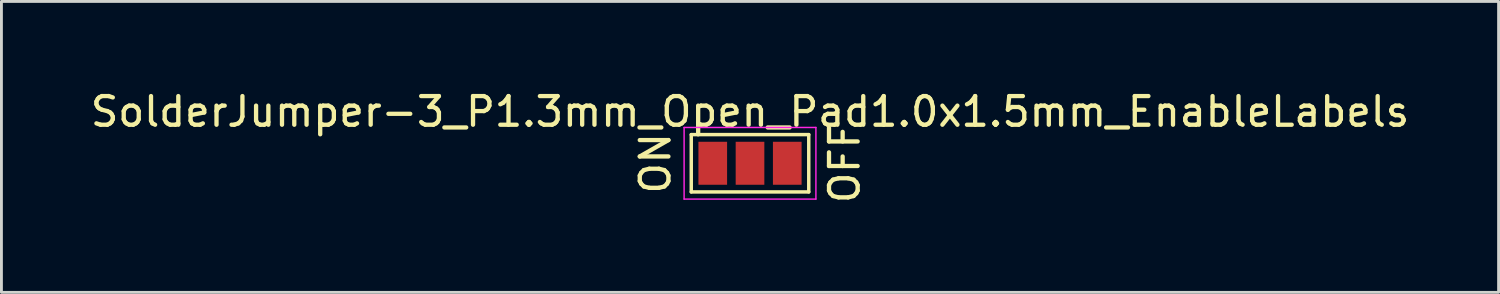
<source format=kicad_pcb>
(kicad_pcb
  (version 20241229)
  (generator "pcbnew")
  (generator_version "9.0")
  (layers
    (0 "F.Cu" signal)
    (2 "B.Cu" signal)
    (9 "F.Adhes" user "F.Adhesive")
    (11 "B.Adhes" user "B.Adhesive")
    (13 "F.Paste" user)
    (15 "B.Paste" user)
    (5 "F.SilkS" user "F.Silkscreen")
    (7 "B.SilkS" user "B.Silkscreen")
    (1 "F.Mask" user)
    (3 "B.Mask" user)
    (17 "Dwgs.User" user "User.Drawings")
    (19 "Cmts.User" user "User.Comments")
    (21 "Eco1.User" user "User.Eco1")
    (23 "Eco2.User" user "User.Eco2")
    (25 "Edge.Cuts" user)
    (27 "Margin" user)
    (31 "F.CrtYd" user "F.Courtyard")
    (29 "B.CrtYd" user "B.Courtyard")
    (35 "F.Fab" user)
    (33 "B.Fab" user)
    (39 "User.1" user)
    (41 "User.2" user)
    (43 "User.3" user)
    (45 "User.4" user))
  (footprint "SolderJumper-3_P1.3mm_Open_Pad1.0x1.5mm_EnableLabels"
    (layer "F.Cu")
    (at 23.125 2.648)
    (property "Reference" "SolderJumper-3_P1.3mm_Open_Pad1.0x1.5mm_EnableLabels" (at 0 -1.8 0) (layer "F.SilkS") (effects (font (size 1 1) (thickness 0.15))))
    (attr exclude_from_pos_files exclude_from_bom)
    (fp_line (start -2.05 -1) (end 2.05 -1) (stroke (width 0.12) (type solid)) (layer "F.SilkS"))
    (fp_line (start -2.05 1) (end -2.05 -1) (stroke (width 0.12) (type solid)) (layer "F.SilkS"))
    (fp_line (start 2.05 -1) (end 2.05 1) (stroke (width 0.12) (type solid)) (layer "F.SilkS"))
    (fp_line (start 2.05 1) (end -2.05 1) (stroke (width 0.12) (type solid)) (layer "F.SilkS"))
    (fp_line (start -2.3 -1.25) (end -2.3 1.25) (stroke (width 0.05) (type solid)) (layer "F.CrtYd"))
    (fp_line (start -2.3 -1.25) (end 2.3 -1.25) (stroke (width 0.05) (type solid)) (layer "F.CrtYd"))
    (fp_line (start 2.3 1.25) (end -2.3 1.25) (stroke (width 0.05) (type solid)) (layer "F.CrtYd"))
    (fp_line (start 2.3 1.25) (end 2.3 -1.25) (stroke (width 0.05) (type solid)) (layer "F.CrtYd"))
    (fp_text user "ON" (at -3.302 0 90) (layer "F.SilkS") (effects (font (size 1 1) (thickness 0.15))))
    (fp_text user "OFF" (at 3.302 0 270) (layer "F.SilkS") (effects (font (size 1 1) (thickness 0.15))))
    (pad "1" smd rect (at -1.3 0) (size 1 1.5) (layers "F.Cu" "F.Mask"))
    (pad "2" smd rect (at 0 0) (size 1 1.5) (layers "F.Cu" "F.Mask"))
    (pad "3" smd rect (at 1.3 0) (size 1 1.5) (layers "F.Cu" "F.Mask")))
  (gr_rect
    (start -3 -3)
    (end 49.25 7.154)
    (stroke (width 0.1) (type default))
    (fill no)
    (layer "Edge.Cuts")))
</source>
